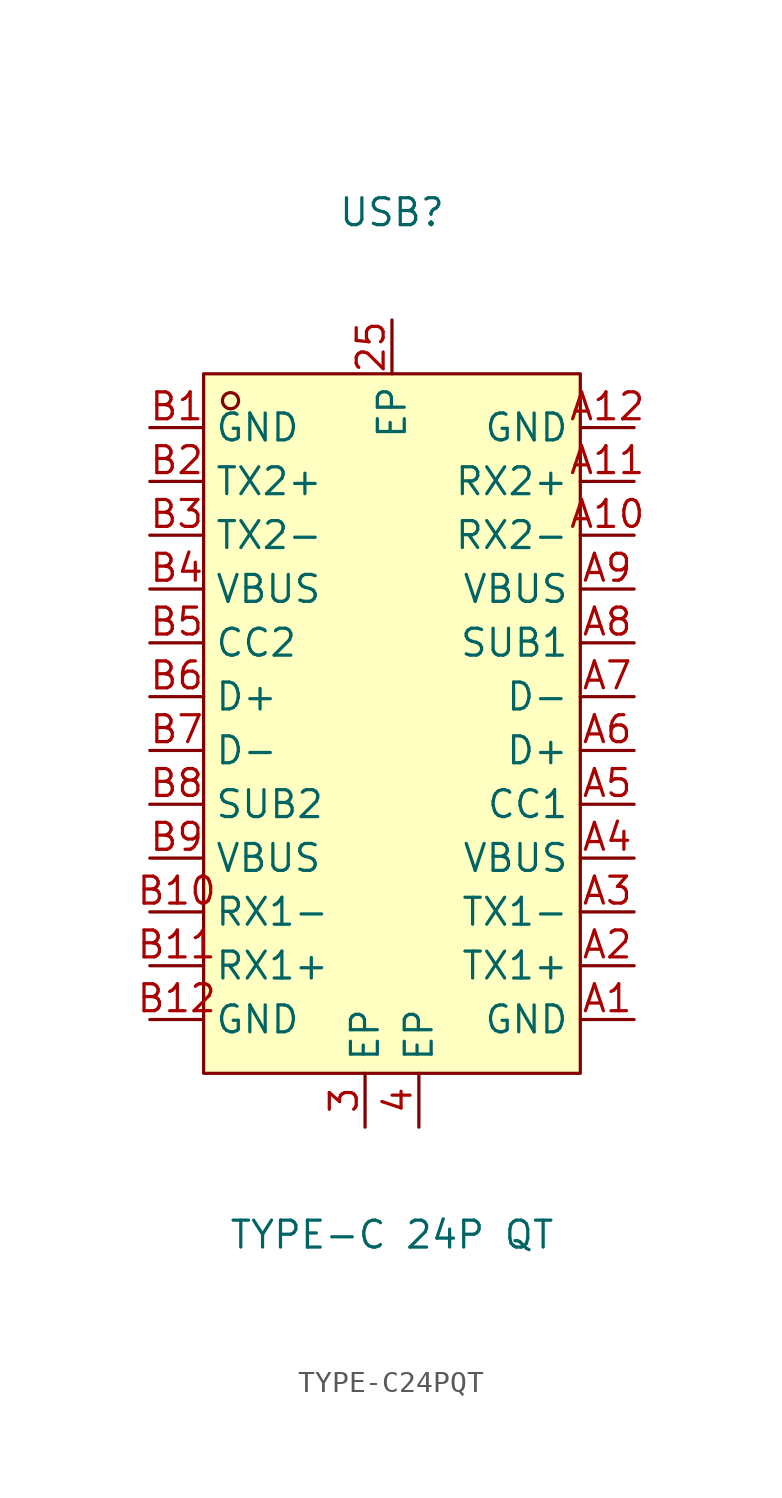
<source format=kicad_sym>
(kicad_symbol_lib
  (version 20220914)
  (generator kicad_symbol_editor)
  (symbol "TYPE-C24PQT"
    (property "Reference" "USB"
      (at 0 24.13 0)
      (effects (font (size 1.27 1.27))))
    (property "Value" "TYPE-C 24P QT"
      (at 0 -24.13 0)
      (effects (font (size 1.27 1.27))))
    (symbol "TYPE-C24PQT_0_1"
      (rectangle (start -8.89 16.51) (end 8.89 -16.51) (stroke (width 0) (type default)) (fill (type background)))
      (circle (center -7.62 15.24) (radius 0.38) (stroke (width 0) (type default)) (fill (type none)))
      (pin unspecified line (at 0 19.05 270) (length 2.54) (name "EP" (effects (font (size 1.27 1.27)))) (number "25" (effects (font (size 1.27 1.27)))))
      (pin unspecified line (at -1.27 -19.05 90) (length 2.54) (name "EP" (effects (font (size 1.27 1.27)))) (number "3" (effects (font (size 1.27 1.27)))))
      (pin unspecified line (at 1.27 -19.05 90) (length 2.54) (name "EP" (effects (font (size 1.27 1.27)))) (number "4" (effects (font (size 1.27 1.27)))))
      (pin unspecified line (at 11.43 -13.97 180) (length 2.54) (name "GND" (effects (font (size 1.27 1.27)))) (number "A1" (effects (font (size 1.27 1.27)))))
      (pin unspecified line (at 11.43 8.89 180) (length 2.54) (name "RX2-" (effects (font (size 1.27 1.27)))) (number "A10" (effects (font (size 1.27 1.27)))))
      (pin unspecified line (at 11.43 11.43 180) (length 2.54) (name "RX2+" (effects (font (size 1.27 1.27)))) (number "A11" (effects (font (size 1.27 1.27)))))
      (pin unspecified line (at 11.43 13.97 180) (length 2.54) (name "GND" (effects (font (size 1.27 1.27)))) (number "A12" (effects (font (size 1.27 1.27)))))
      (pin unspecified line (at 11.43 -11.43 180) (length 2.54) (name "TX1+" (effects (font (size 1.27 1.27)))) (number "A2" (effects (font (size 1.27 1.27)))))
      (pin unspecified line (at 11.43 -8.89 180) (length 2.54) (name "TX1-" (effects (font (size 1.27 1.27)))) (number "A3" (effects (font (size 1.27 1.27)))))
      (pin unspecified line (at 11.43 -6.35 180) (length 2.54) (name "VBUS" (effects (font (size 1.27 1.27)))) (number "A4" (effects (font (size 1.27 1.27)))))
      (pin unspecified line (at 11.43 -3.81 180) (length 2.54) (name "CC1" (effects (font (size 1.27 1.27)))) (number "A5" (effects (font (size 1.27 1.27)))))
      (pin unspecified line (at 11.43 -1.27 180) (length 2.54) (name "D+" (effects (font (size 1.27 1.27)))) (number "A6" (effects (font (size 1.27 1.27)))))
      (pin unspecified line (at 11.43 1.27 180) (length 2.54) (name "D-" (effects (font (size 1.27 1.27)))) (number "A7" (effects (font (size 1.27 1.27)))))
      (pin unspecified line (at 11.43 3.81 180) (length 2.54) (name "SUB1" (effects (font (size 1.27 1.27)))) (number "A8" (effects (font (size 1.27 1.27)))))
      (pin unspecified line (at 11.43 6.35 180) (length 2.54) (name "VBUS" (effects (font (size 1.27 1.27)))) (number "A9" (effects (font (size 1.27 1.27)))))
      (pin unspecified line (at -11.43 13.97 0) (length 2.54) (name "GND" (effects (font (size 1.27 1.27)))) (number "B1" (effects (font (size 1.27 1.27)))))
      (pin unspecified line (at -11.43 -8.89 0) (length 2.54) (name "RX1-" (effects (font (size 1.27 1.27)))) (number "B10" (effects (font (size 1.27 1.27)))))
      (pin unspecified line (at -11.43 -11.43 0) (length 2.54) (name "RX1+" (effects (font (size 1.27 1.27)))) (number "B11" (effects (font (size 1.27 1.27)))))
      (pin unspecified line (at -11.43 -13.97 0) (length 2.54) (name "GND" (effects (font (size 1.27 1.27)))) (number "B12" (effects (font (size 1.27 1.27)))))
      (pin unspecified line (at -11.43 11.43 0) (length 2.54) (name "TX2+" (effects (font (size 1.27 1.27)))) (number "B2" (effects (font (size 1.27 1.27)))))
      (pin unspecified line (at -11.43 8.89 0) (length 2.54) (name "TX2-" (effects (font (size 1.27 1.27)))) (number "B3" (effects (font (size 1.27 1.27)))))
      (pin unspecified line (at -11.43 6.35 0) (length 2.54) (name "VBUS" (effects (font (size 1.27 1.27)))) (number "B4" (effects (font (size 1.27 1.27)))))
      (pin unspecified line (at -11.43 3.81 0) (length 2.54) (name "CC2" (effects (font (size 1.27 1.27)))) (number "B5" (effects (font (size 1.27 1.27)))))
      (pin unspecified line (at -11.43 1.27 0) (length 2.54) (name "D+" (effects (font (size 1.27 1.27)))) (number "B6" (effects (font (size 1.27 1.27)))))
      (pin unspecified line (at -11.43 -1.27 0) (length 2.54) (name "D-" (effects (font (size 1.27 1.27)))) (number "B7" (effects (font (size 1.27 1.27)))))
      (pin unspecified line (at -11.43 -3.81 0) (length 2.54) (name "SUB2" (effects (font (size 1.27 1.27)))) (number "B8" (effects (font (size 1.27 1.27)))))
      (pin unspecified line (at -11.43 -6.35 0) (length 2.54) (name "VBUS" (effects (font (size 1.27 1.27)))) (number "B9" (effects (font (size 1.27 1.27))))))))
</source>
